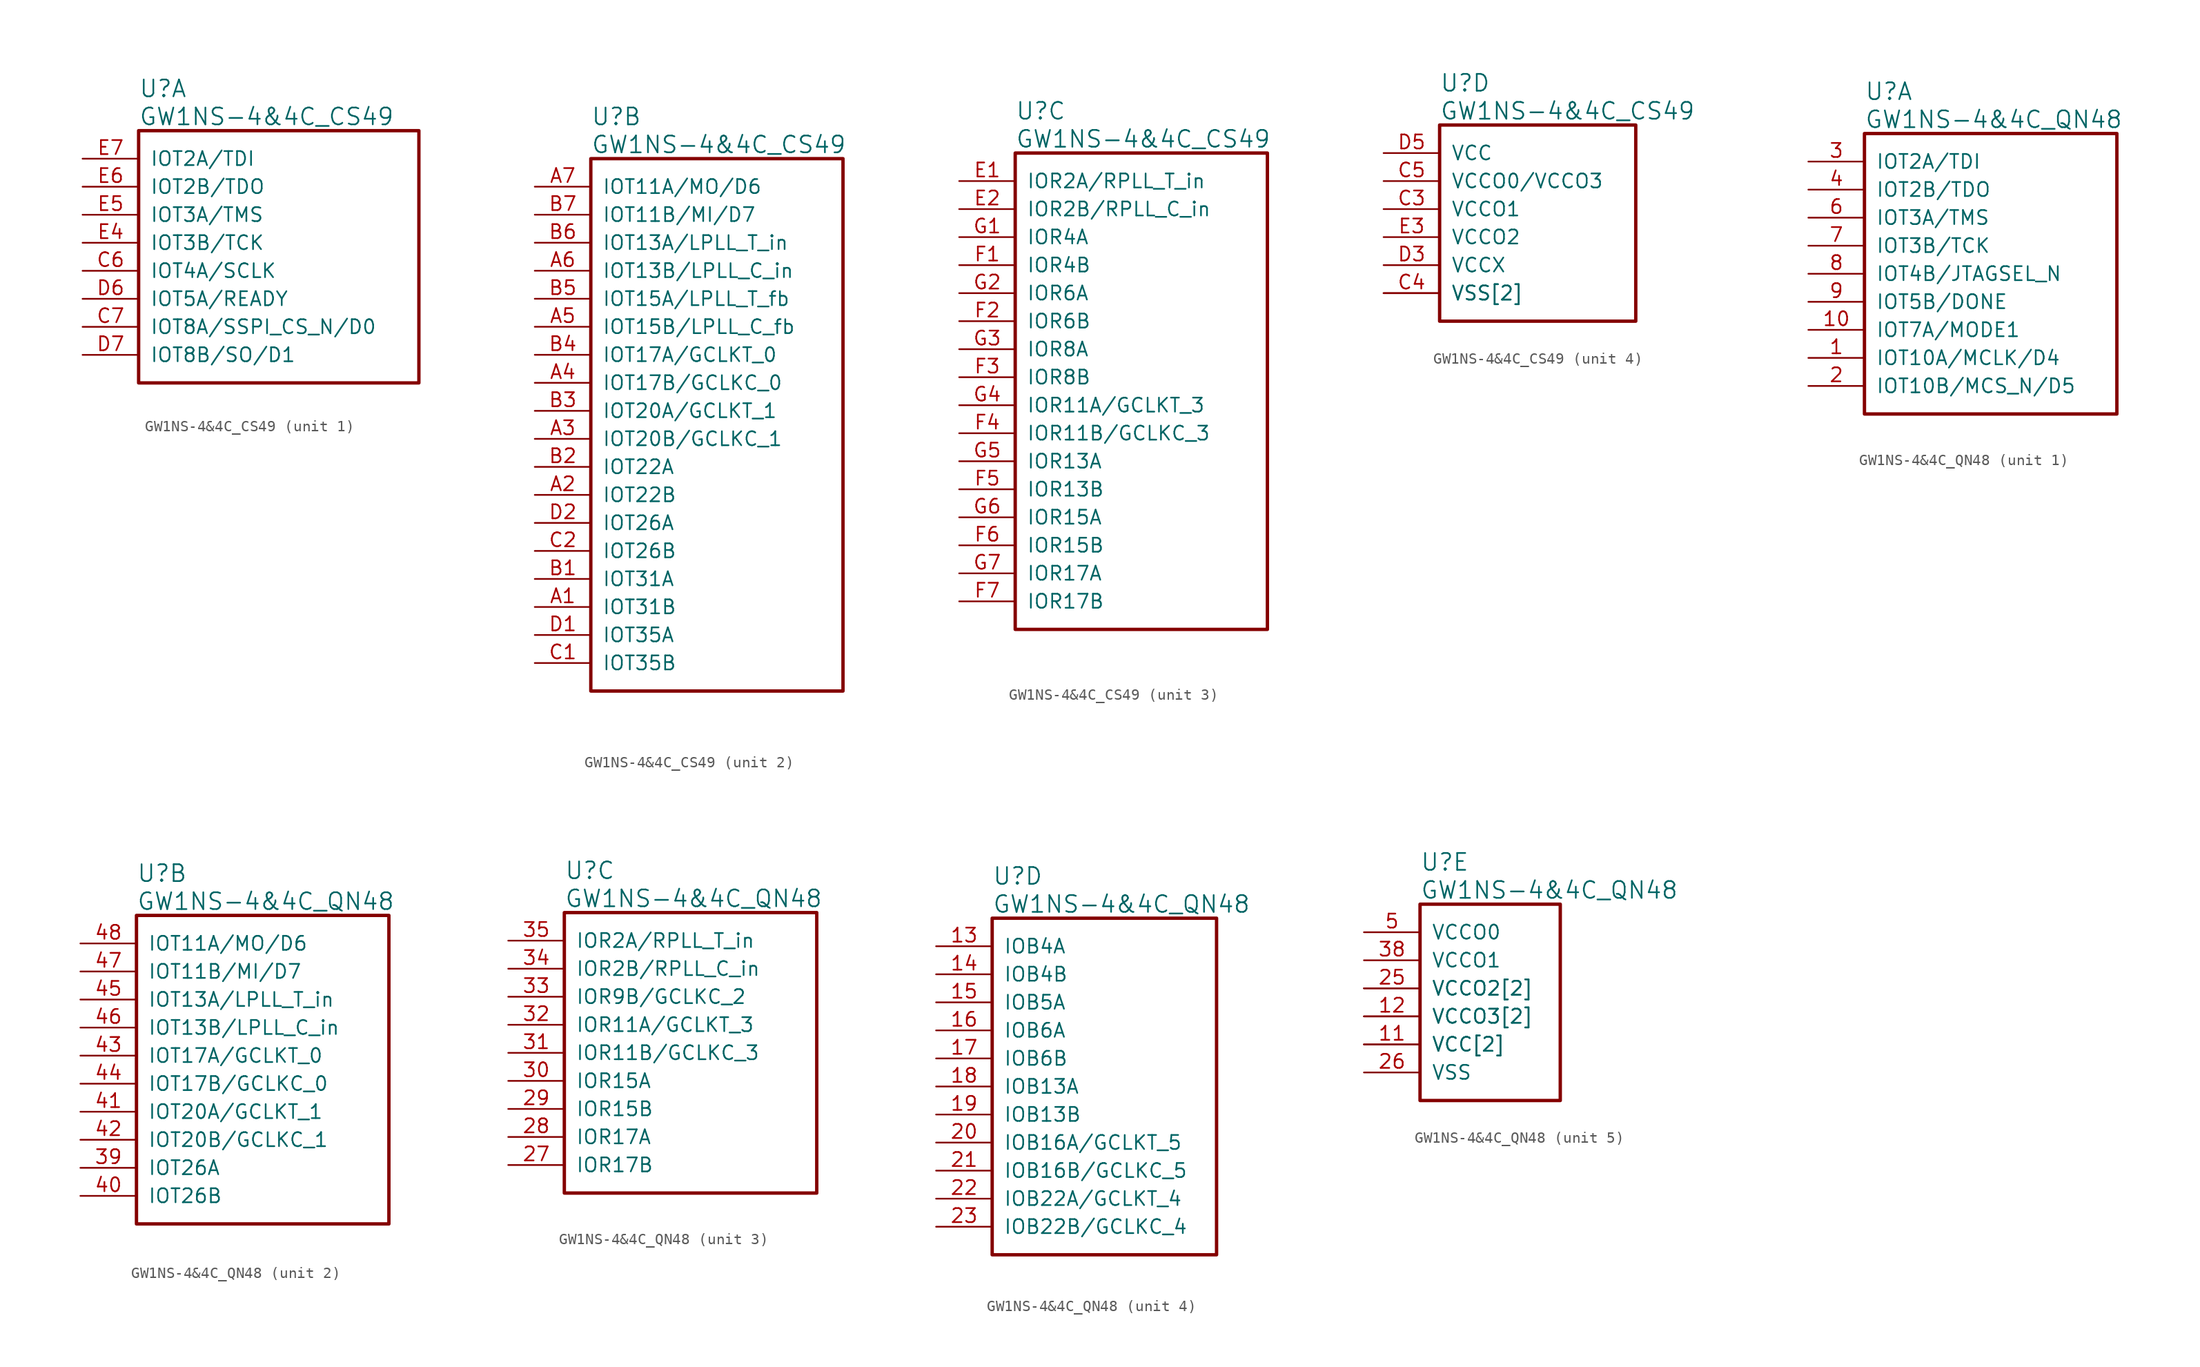
<source format=kicad_sym>
(kicad_symbol_lib
  (version 20241209)
  (generator "kicad_symbol_editor")
  (generator_version "9.0")
  (symbol "GW1NS-4&4C_CS49"
    (pin_names
      (offset 1.016))
    (property "Reference" "U"
      (at 5.08 6.35 0)
      (effects (font (size 1.524 1.524)) (justify left)))
    (property "Value" "GW1NS-4&4C_CS49"
      (at 5.08 3.81 0)
      (effects (font (size 1.524 1.524)) (justify left)))
    (property "ki_locked" ""
      (at 0 0 0)
      (effects (font (size 1.27 1.27))))
    (symbol "GW1NS-4&4C_CS49_1_1"
      (rectangle (start 5.08 2.54) (end 30.48 -20.32) (stroke (width 0.305) (type solid)) (fill (type none)))
      (pin bidirectional line (at 0 0 0) (length 5.08) (name "IOT2A/TDI" (effects (font (size 1.27 1.27)))) (number "E7" (effects (font (size 1.27 1.27)))))
      (pin bidirectional line (at 0 -2.54 0) (length 5.08) (name "IOT2B/TDO" (effects (font (size 1.27 1.27)))) (number "E6" (effects (font (size 1.27 1.27)))))
      (pin bidirectional line (at 0 -5.08 0) (length 5.08) (name "IOT3A/TMS" (effects (font (size 1.27 1.27)))) (number "E5" (effects (font (size 1.27 1.27)))))
      (pin bidirectional line (at 0 -7.62 0) (length 5.08) (name "IOT3B/TCK" (effects (font (size 1.27 1.27)))) (number "E4" (effects (font (size 1.27 1.27)))))
      (pin bidirectional line (at 0 -10.16 0) (length 5.08) (name "IOT4A/SCLK" (effects (font (size 1.27 1.27)))) (number "C6" (effects (font (size 1.27 1.27)))))
      (pin bidirectional line (at 0 -12.7 0) (length 5.08) (name "IOT5A/READY" (effects (font (size 1.27 1.27)))) (number "D6" (effects (font (size 1.27 1.27)))))
      (pin bidirectional line (at 0 -15.24 0) (length 5.08) (name "IOT8A/SSPI_CS_N/D0" (effects (font (size 1.27 1.27)))) (number "C7" (effects (font (size 1.27 1.27)))))
      (pin bidirectional line (at 0 -17.78 0) (length 5.08) (name "IOT8B/SO/D1" (effects (font (size 1.27 1.27)))) (number "D7" (effects (font (size 1.27 1.27))))))
    (symbol "GW1NS-4&4C_CS49_2_1"
      (rectangle (start 5.08 2.54) (end 27.94 -45.72) (stroke (width 0.305) (type solid)) (fill (type none)))
      (pin bidirectional line (at 0 0 0) (length 5.08) (name "IOT11A/MO/D6" (effects (font (size 1.27 1.27)))) (number "A7" (effects (font (size 1.27 1.27)))))
      (pin bidirectional line (at 0 -2.54 0) (length 5.08) (name "IOT11B/MI/D7" (effects (font (size 1.27 1.27)))) (number "B7" (effects (font (size 1.27 1.27)))))
      (pin bidirectional line (at 0 -5.08 0) (length 5.08) (name "IOT13A/LPLL_T_in" (effects (font (size 1.27 1.27)))) (number "B6" (effects (font (size 1.27 1.27)))))
      (pin bidirectional line (at 0 -7.62 0) (length 5.08) (name "IOT13B/LPLL_C_in" (effects (font (size 1.27 1.27)))) (number "A6" (effects (font (size 1.27 1.27)))))
      (pin bidirectional line (at 0 -10.16 0) (length 5.08) (name "IOT15A/LPLL_T_fb" (effects (font (size 1.27 1.27)))) (number "B5" (effects (font (size 1.27 1.27)))))
      (pin bidirectional line (at 0 -12.7 0) (length 5.08) (name "IOT15B/LPLL_C_fb" (effects (font (size 1.27 1.27)))) (number "A5" (effects (font (size 1.27 1.27)))))
      (pin bidirectional line (at 0 -15.24 0) (length 5.08) (name "IOT17A/GCLKT_0" (effects (font (size 1.27 1.27)))) (number "B4" (effects (font (size 1.27 1.27)))))
      (pin bidirectional line (at 0 -17.78 0) (length 5.08) (name "IOT17B/GCLKC_0" (effects (font (size 1.27 1.27)))) (number "A4" (effects (font (size 1.27 1.27)))))
      (pin bidirectional line (at 0 -20.32 0) (length 5.08) (name "IOT20A/GCLKT_1" (effects (font (size 1.27 1.27)))) (number "B3" (effects (font (size 1.27 1.27)))))
      (pin bidirectional line (at 0 -22.86 0) (length 5.08) (name "IOT20B/GCLKC_1" (effects (font (size 1.27 1.27)))) (number "A3" (effects (font (size 1.27 1.27)))))
      (pin bidirectional line (at 0 -25.4 0) (length 5.08) (name "IOT22A" (effects (font (size 1.27 1.27)))) (number "B2" (effects (font (size 1.27 1.27)))))
      (pin bidirectional line (at 0 -27.94 0) (length 5.08) (name "IOT22B" (effects (font (size 1.27 1.27)))) (number "A2" (effects (font (size 1.27 1.27)))))
      (pin bidirectional line (at 0 -30.48 0) (length 5.08) (name "IOT26A" (effects (font (size 1.27 1.27)))) (number "D2" (effects (font (size 1.27 1.27)))))
      (pin bidirectional line (at 0 -33.02 0) (length 5.08) (name "IOT26B" (effects (font (size 1.27 1.27)))) (number "C2" (effects (font (size 1.27 1.27)))))
      (pin bidirectional line (at 0 -35.56 0) (length 5.08) (name "IOT31A" (effects (font (size 1.27 1.27)))) (number "B1" (effects (font (size 1.27 1.27)))))
      (pin bidirectional line (at 0 -38.1 0) (length 5.08) (name "IOT31B" (effects (font (size 1.27 1.27)))) (number "A1" (effects (font (size 1.27 1.27)))))
      (pin bidirectional line (at 0 -40.64 0) (length 5.08) (name "IOT35A" (effects (font (size 1.27 1.27)))) (number "D1" (effects (font (size 1.27 1.27)))))
      (pin bidirectional line (at 0 -43.18 0) (length 5.08) (name "IOT35B" (effects (font (size 1.27 1.27)))) (number "C1" (effects (font (size 1.27 1.27))))))
    (symbol "GW1NS-4&4C_CS49_3_1"
      (rectangle (start 5.08 2.54) (end 27.94 -40.64) (stroke (width 0.305) (type solid)) (fill (type none)))
      (pin bidirectional line (at 0 0 0) (length 5.08) (name "IOR2A/RPLL_T_in" (effects (font (size 1.27 1.27)))) (number "E1" (effects (font (size 1.27 1.27)))))
      (pin bidirectional line (at 0 -2.54 0) (length 5.08) (name "IOR2B/RPLL_C_in" (effects (font (size 1.27 1.27)))) (number "E2" (effects (font (size 1.27 1.27)))))
      (pin bidirectional line (at 0 -5.08 0) (length 5.08) (name "IOR4A" (effects (font (size 1.27 1.27)))) (number "G1" (effects (font (size 1.27 1.27)))))
      (pin bidirectional line (at 0 -7.62 0) (length 5.08) (name "IOR4B" (effects (font (size 1.27 1.27)))) (number "F1" (effects (font (size 1.27 1.27)))))
      (pin bidirectional line (at 0 -10.16 0) (length 5.08) (name "IOR6A" (effects (font (size 1.27 1.27)))) (number "G2" (effects (font (size 1.27 1.27)))))
      (pin bidirectional line (at 0 -12.7 0) (length 5.08) (name "IOR6B" (effects (font (size 1.27 1.27)))) (number "F2" (effects (font (size 1.27 1.27)))))
      (pin bidirectional line (at 0 -15.24 0) (length 5.08) (name "IOR8A" (effects (font (size 1.27 1.27)))) (number "G3" (effects (font (size 1.27 1.27)))))
      (pin bidirectional line (at 0 -17.78 0) (length 5.08) (name "IOR8B" (effects (font (size 1.27 1.27)))) (number "F3" (effects (font (size 1.27 1.27)))))
      (pin bidirectional line (at 0 -20.32 0) (length 5.08) (name "IOR11A/GCLKT_3" (effects (font (size 1.27 1.27)))) (number "G4" (effects (font (size 1.27 1.27)))))
      (pin bidirectional line (at 0 -22.86 0) (length 5.08) (name "IOR11B/GCLKC_3" (effects (font (size 1.27 1.27)))) (number "F4" (effects (font (size 1.27 1.27)))))
      (pin bidirectional line (at 0 -25.4 0) (length 5.08) (name "IOR13A" (effects (font (size 1.27 1.27)))) (number "G5" (effects (font (size 1.27 1.27)))))
      (pin bidirectional line (at 0 -27.94 0) (length 5.08) (name "IOR13B" (effects (font (size 1.27 1.27)))) (number "F5" (effects (font (size 1.27 1.27)))))
      (pin bidirectional line (at 0 -30.48 0) (length 5.08) (name "IOR15A" (effects (font (size 1.27 1.27)))) (number "G6" (effects (font (size 1.27 1.27)))))
      (pin bidirectional line (at 0 -33.02 0) (length 5.08) (name "IOR15B" (effects (font (size 1.27 1.27)))) (number "F6" (effects (font (size 1.27 1.27)))))
      (pin bidirectional line (at 0 -35.56 0) (length 5.08) (name "IOR17A" (effects (font (size 1.27 1.27)))) (number "G7" (effects (font (size 1.27 1.27)))))
      (pin bidirectional line (at 0 -38.1 0) (length 5.08) (name "IOR17B" (effects (font (size 1.27 1.27)))) (number "F7" (effects (font (size 1.27 1.27))))))
    (symbol "GW1NS-4&4C_CS49_4_1"
      (rectangle (start 5.08 2.54) (end 22.86 -15.24) (stroke (width 0.305) (type solid)) (fill (type none)))
      (pin power_in line (at 0 0 0) (length 5.08) (name "VCC" (effects (font (size 1.27 1.27)))) (number "D5" (effects (font (size 1.27 1.27)))))
      (pin power_in line (at 0 -2.54 0) (length 5.08) (name "VCCO0/VCCO3" (effects (font (size 1.27 1.27)))) (number "C5" (effects (font (size 1.27 1.27)))))
      (pin power_in line (at 0 -5.08 0) (length 5.08) (name "VCCO1" (effects (font (size 1.27 1.27)))) (number "C3" (effects (font (size 1.27 1.27)))))
      (pin power_in line (at 0 -7.62 0) (length 5.08) (name "VCCO2" (effects (font (size 1.27 1.27)))) (number "E3" (effects (font (size 1.27 1.27)))))
      (pin power_in line (at 0 -10.16 0) (length 5.08) (name "VCCX" (effects (font (size 1.27 1.27)))) (number "D3" (effects (font (size 1.27 1.27)))))
      (pin power_in line (at 0 -12.7 0) (length 5.08) (name "VSS[2]" (effects (font (size 1.27 1.27)))) (number "C4" (effects (font (size 1.27 1.27)))))
      (pin power_in line (at 0 -12.7 0) (length 5.08) (name "VSS[2]" (effects (font (size 1.27 1.27)))) (number "D4" (effects (font (size 0 0)))))))
  (symbol "GW1NS-4&4C_QN48"
    (pin_names
      (offset 1.016))
    (property "Reference" "U"
      (at 5.08 6.35 0)
      (effects (font (size 1.524 1.524)) (justify left)))
    (property "Value" "GW1NS-4&4C_QN48"
      (at 5.08 3.81 0)
      (effects (font (size 1.524 1.524)) (justify left)))
    (property "ki_locked" ""
      (at 0 0 0)
      (effects (font (size 1.27 1.27))))
    (symbol "GW1NS-4&4C_QN48_1_1"
      (rectangle (start 5.08 2.54) (end 27.94 -22.86) (stroke (width 0.305) (type solid)) (fill (type none)))
      (pin bidirectional line (at 0 0 0) (length 5.08) (name "IOT2A/TDI" (effects (font (size 1.27 1.27)))) (number "3" (effects (font (size 1.27 1.27)))))
      (pin bidirectional line (at 0 -2.54 0) (length 5.08) (name "IOT2B/TDO" (effects (font (size 1.27 1.27)))) (number "4" (effects (font (size 1.27 1.27)))))
      (pin bidirectional line (at 0 -5.08 0) (length 5.08) (name "IOT3A/TMS" (effects (font (size 1.27 1.27)))) (number "6" (effects (font (size 1.27 1.27)))))
      (pin bidirectional line (at 0 -7.62 0) (length 5.08) (name "IOT3B/TCK" (effects (font (size 1.27 1.27)))) (number "7" (effects (font (size 1.27 1.27)))))
      (pin bidirectional line (at 0 -10.16 0) (length 5.08) (name "IOT4B/JTAGSEL_N" (effects (font (size 1.27 1.27)))) (number "8" (effects (font (size 1.27 1.27)))))
      (pin bidirectional line (at 0 -12.7 0) (length 5.08) (name "IOT5B/DONE" (effects (font (size 1.27 1.27)))) (number "9" (effects (font (size 1.27 1.27)))))
      (pin bidirectional line (at 0 -15.24 0) (length 5.08) (name "IOT7A/MODE1" (effects (font (size 1.27 1.27)))) (number "10" (effects (font (size 1.27 1.27)))))
      (pin bidirectional line (at 0 -17.78 0) (length 5.08) (name "IOT10A/MCLK/D4" (effects (font (size 1.27 1.27)))) (number "1" (effects (font (size 1.27 1.27)))))
      (pin bidirectional line (at 0 -20.32 0) (length 5.08) (name "IOT10B/MCS_N/D5" (effects (font (size 1.27 1.27)))) (number "2" (effects (font (size 1.27 1.27))))))
    (symbol "GW1NS-4&4C_QN48_2_1"
      (rectangle (start 5.08 2.54) (end 27.94 -25.4) (stroke (width 0.305) (type solid)) (fill (type none)))
      (pin bidirectional line (at 0 0 0) (length 5.08) (name "IOT11A/MO/D6" (effects (font (size 1.27 1.27)))) (number "48" (effects (font (size 1.27 1.27)))))
      (pin bidirectional line (at 0 -2.54 0) (length 5.08) (name "IOT11B/MI/D7" (effects (font (size 1.27 1.27)))) (number "47" (effects (font (size 1.27 1.27)))))
      (pin bidirectional line (at 0 -5.08 0) (length 5.08) (name "IOT13A/LPLL_T_in" (effects (font (size 1.27 1.27)))) (number "45" (effects (font (size 1.27 1.27)))))
      (pin bidirectional line (at 0 -7.62 0) (length 5.08) (name "IOT13B/LPLL_C_in" (effects (font (size 1.27 1.27)))) (number "46" (effects (font (size 1.27 1.27)))))
      (pin bidirectional line (at 0 -10.16 0) (length 5.08) (name "IOT17A/GCLKT_0" (effects (font (size 1.27 1.27)))) (number "43" (effects (font (size 1.27 1.27)))))
      (pin bidirectional line (at 0 -12.7 0) (length 5.08) (name "IOT17B/GCLKC_0" (effects (font (size 1.27 1.27)))) (number "44" (effects (font (size 1.27 1.27)))))
      (pin bidirectional line (at 0 -15.24 0) (length 5.08) (name "IOT20A/GCLKT_1" (effects (font (size 1.27 1.27)))) (number "41" (effects (font (size 1.27 1.27)))))
      (pin bidirectional line (at 0 -17.78 0) (length 5.08) (name "IOT20B/GCLKC_1" (effects (font (size 1.27 1.27)))) (number "42" (effects (font (size 1.27 1.27)))))
      (pin bidirectional line (at 0 -20.32 0) (length 5.08) (name "IOT26A" (effects (font (size 1.27 1.27)))) (number "39" (effects (font (size 1.27 1.27)))))
      (pin bidirectional line (at 0 -22.86 0) (length 5.08) (name "IOT26B" (effects (font (size 1.27 1.27)))) (number "40" (effects (font (size 1.27 1.27))))))
    (symbol "GW1NS-4&4C_QN48_3_1"
      (rectangle (start 5.08 2.54) (end 27.94 -22.86) (stroke (width 0.305) (type solid)) (fill (type none)))
      (pin bidirectional line (at 0 0 0) (length 5.08) (name "IOR2A/RPLL_T_in" (effects (font (size 1.27 1.27)))) (number "35" (effects (font (size 1.27 1.27)))))
      (pin bidirectional line (at 0 -2.54 0) (length 5.08) (name "IOR2B/RPLL_C_in" (effects (font (size 1.27 1.27)))) (number "34" (effects (font (size 1.27 1.27)))))
      (pin bidirectional line (at 0 -5.08 0) (length 5.08) (name "IOR9B/GCLKC_2" (effects (font (size 1.27 1.27)))) (number "33" (effects (font (size 1.27 1.27)))))
      (pin bidirectional line (at 0 -7.62 0) (length 5.08) (name "IOR11A/GCLKT_3" (effects (font (size 1.27 1.27)))) (number "32" (effects (font (size 1.27 1.27)))))
      (pin bidirectional line (at 0 -10.16 0) (length 5.08) (name "IOR11B/GCLKC_3" (effects (font (size 1.27 1.27)))) (number "31" (effects (font (size 1.27 1.27)))))
      (pin bidirectional line (at 0 -12.7 0) (length 5.08) (name "IOR15A" (effects (font (size 1.27 1.27)))) (number "30" (effects (font (size 1.27 1.27)))))
      (pin bidirectional line (at 0 -15.24 0) (length 5.08) (name "IOR15B" (effects (font (size 1.27 1.27)))) (number "29" (effects (font (size 1.27 1.27)))))
      (pin bidirectional line (at 0 -17.78 0) (length 5.08) (name "IOR17A" (effects (font (size 1.27 1.27)))) (number "28" (effects (font (size 1.27 1.27)))))
      (pin bidirectional line (at 0 -20.32 0) (length 5.08) (name "IOR17B" (effects (font (size 1.27 1.27)))) (number "27" (effects (font (size 1.27 1.27))))))
    (symbol "GW1NS-4&4C_QN48_4_1"
      (rectangle (start 5.08 2.54) (end 25.4 -27.94) (stroke (width 0.305) (type solid)) (fill (type none)))
      (pin bidirectional line (at 0 0 0) (length 5.08) (name "IOB4A" (effects (font (size 1.27 1.27)))) (number "13" (effects (font (size 1.27 1.27)))))
      (pin bidirectional line (at 0 -2.54 0) (length 5.08) (name "IOB4B" (effects (font (size 1.27 1.27)))) (number "14" (effects (font (size 1.27 1.27)))))
      (pin bidirectional line (at 0 -5.08 0) (length 5.08) (name "IOB5A" (effects (font (size 1.27 1.27)))) (number "15" (effects (font (size 1.27 1.27)))))
      (pin bidirectional line (at 0 -7.62 0) (length 5.08) (name "IOB6A" (effects (font (size 1.27 1.27)))) (number "16" (effects (font (size 1.27 1.27)))))
      (pin bidirectional line (at 0 -10.16 0) (length 5.08) (name "IOB6B" (effects (font (size 1.27 1.27)))) (number "17" (effects (font (size 1.27 1.27)))))
      (pin bidirectional line (at 0 -12.7 0) (length 5.08) (name "IOB13A" (effects (font (size 1.27 1.27)))) (number "18" (effects (font (size 1.27 1.27)))))
      (pin bidirectional line (at 0 -15.24 0) (length 5.08) (name "IOB13B" (effects (font (size 1.27 1.27)))) (number "19" (effects (font (size 1.27 1.27)))))
      (pin bidirectional line (at 0 -17.78 0) (length 5.08) (name "IOB16A/GCLKT_5" (effects (font (size 1.27 1.27)))) (number "20" (effects (font (size 1.27 1.27)))))
      (pin bidirectional line (at 0 -20.32 0) (length 5.08) (name "IOB16B/GCLKC_5" (effects (font (size 1.27 1.27)))) (number "21" (effects (font (size 1.27 1.27)))))
      (pin bidirectional line (at 0 -22.86 0) (length 5.08) (name "IOB22A/GCLKT_4" (effects (font (size 1.27 1.27)))) (number "22" (effects (font (size 1.27 1.27)))))
      (pin bidirectional line (at 0 -25.4 0) (length 5.08) (name "IOB22B/GCLKC_4" (effects (font (size 1.27 1.27)))) (number "23" (effects (font (size 1.27 1.27))))))
    (symbol "GW1NS-4&4C_QN48_5_1"
      (rectangle (start 5.08 2.54) (end 17.78 -15.24) (stroke (width 0.305) (type solid)) (fill (type none)))
      (pin power_in line (at 0 0 0) (length 5.08) (name "VCCO0" (effects (font (size 1.27 1.27)))) (number "5" (effects (font (size 1.27 1.27)))))
      (pin power_in line (at 0 -2.54 0) (length 5.08) (name "VCCO1" (effects (font (size 1.27 1.27)))) (number "38" (effects (font (size 1.27 1.27)))))
      (pin power_in line (at 0 -5.08 0) (length 5.08) (name "VCCO2[2]" (effects (font (size 1.27 1.27)))) (number "25" (effects (font (size 1.27 1.27)))))
      (pin power_in line (at 0 -5.08 0) (length 5.08) (name "VCCO2[2]" (effects (font (size 1.27 1.27)))) (number "36" (effects (font (size 0 0)))))
      (pin power_in line (at 0 -7.62 0) (length 5.08) (name "VCCO3[2]" (effects (font (size 1.27 1.27)))) (number "12" (effects (font (size 1.27 1.27)))))
      (pin power_in line (at 0 -7.62 0) (length 5.08) (name "VCCO3[2]" (effects (font (size 1.27 1.27)))) (number "24" (effects (font (size 0 0)))))
      (pin power_in line (at 0 -10.16 0) (length 5.08) (name "VCC[2]" (effects (font (size 1.27 1.27)))) (number "11" (effects (font (size 1.27 1.27)))))
      (pin power_in line (at 0 -10.16 0) (length 5.08) (name "VCC[2]" (effects (font (size 1.27 1.27)))) (number "37" (effects (font (size 0 0)))))
      (pin power_in line (at 0 -12.7 0) (length 5.08) (name "VSS" (effects (font (size 1.27 1.27)))) (number "26" (effects (font (size 1.27 1.27))))))))
</source>
